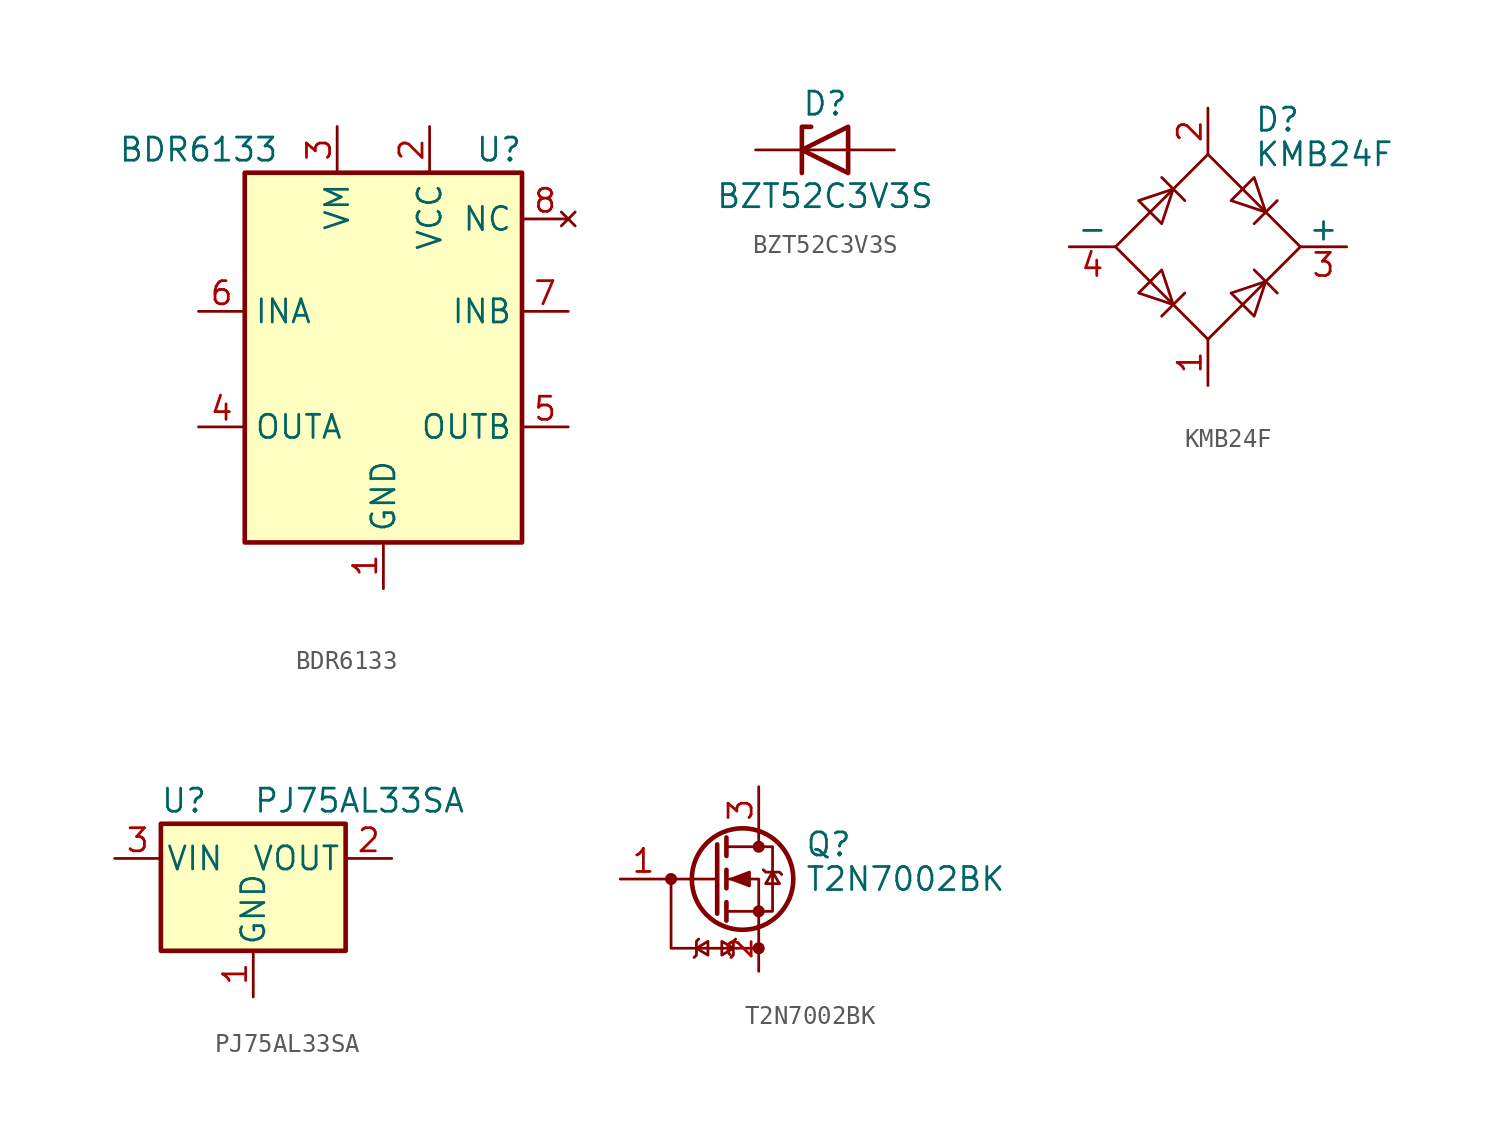
<source format=kicad_sym>
(kicad_symbol_lib
  (version 20211014)
  (generator kicad_symbol_editor)
  (symbol "BDR6133"
    (property "Reference" "U"
      (at 6.35 11.43 0)
      (effects (font (size 1.27 1.27))))
    (property "Value" "BDR6133"
      (at -10.16 11.43 0)
      (effects (font (size 1.27 1.27))))
    (symbol "BDR6133_0_1"
      (rectangle (start -7.62 10.16) (end 7.62 -10.16) (stroke (width 0.254) (type default) (color 0 0 0 0)) (fill (type background))))
    (symbol "BDR6133_1_1"
      (pin power_in line (at 0 -12.7 90) (length 2.54) (name "GND" (effects (font (size 1.27 1.27)))) (number "1" (effects (font (size 1.27 1.27)))))
      (pin power_in line (at 2.54 12.7 270) (length 2.54) (name "VCC" (effects (font (size 1.27 1.27)))) (number "2" (effects (font (size 1.27 1.27)))))
      (pin power_in line (at -2.54 12.7 270) (length 2.54) (name "VM" (effects (font (size 1.27 1.27)))) (number "3" (effects (font (size 1.27 1.27)))))
      (pin output line (at -10.16 -3.81 0) (length 2.54) (name "OUTA" (effects (font (size 1.27 1.27)))) (number "4" (effects (font (size 1.27 1.27)))))
      (pin output line (at 10.16 -3.81 180) (length 2.54) (name "OUTB" (effects (font (size 1.27 1.27)))) (number "5" (effects (font (size 1.27 1.27)))))
      (pin input line (at -10.16 2.54 0) (length 2.54) (name "INA" (effects (font (size 1.27 1.27)))) (number "6" (effects (font (size 1.27 1.27)))))
      (pin input line (at 10.16 2.54 180) (length 2.54) (name "INB" (effects (font (size 1.27 1.27)))) (number "7" (effects (font (size 1.27 1.27)))))
      (pin no_connect line (at 10.16 7.62 180) (length 2.54) (name "NC" (effects (font (size 1.27 1.27)))) (number "8" (effects (font (size 1.27 1.27)))))
      (pin passive line (at 0 -12.7 90) (length 2.54) hide (name "GND" (effects (font (size 1.27 1.27)))) (number "9" (effects (font (size 1.27 1.27)))))))
  (symbol "BZT52C3V3S"
    (pin_numbers hide)
    (pin_names
      (offset 1.016) hide)
    (property "Reference" "D"
      (at 0 2.54 0)
      (effects (font (size 1.27 1.27))))
    (property "Value" "BZT52C3V3S"
      (at 0 -2.54 0)
      (effects (font (size 1.27 1.27))))
    (symbol "BZT52C3V3S_0_1"
      (polyline (pts (xy 1.27 0) (xy -1.27 0)) (stroke (width 0) (type default) (color 0 0 0 0)) (fill (type none)))
      (polyline (pts (xy -1.27 -1.27) (xy -1.27 1.27) (xy -0.762 1.27)) (stroke (width 0.254) (type default) (color 0 0 0 0)) (fill (type none)))
      (polyline (pts (xy 1.27 -1.27) (xy 1.27 1.27) (xy -1.27 0) (xy 1.27 -1.27)) (stroke (width 0.254) (type default) (color 0 0 0 0)) (fill (type none))))
    (symbol "BZT52C3V3S_1_1"
      (pin passive line (at -3.81 0 0) (length 2.54) (name "K" (effects (font (size 1.27 1.27)))) (number "1" (effects (font (size 1.27 1.27)))))
      (pin passive line (at 3.81 0 180) (length 2.54) (name "A" (effects (font (size 1.27 1.27)))) (number "2" (effects (font (size 1.27 1.27)))))))
  (symbol "KMB24F"
    (pin_names
      (offset 0))
    (property "Reference" "D"
      (at 2.54 6.985 0)
      (effects (font (size 1.27 1.27)) (justify left)))
    (property "Value" "KMB24F"
      (at 2.54 5.08 0)
      (effects (font (size 1.27 1.27)) (justify left)))
    (symbol "KMB24F_0_1"
      (polyline (pts (xy -2.54 3.81) (xy -1.27 2.54)) (stroke (width 0) (type default) (color 0 0 0 0)) (fill (type none)))
      (polyline (pts (xy -1.27 -2.54) (xy -2.54 -3.81)) (stroke (width 0) (type default) (color 0 0 0 0)) (fill (type none)))
      (polyline (pts (xy 2.54 -1.27) (xy 3.81 -2.54)) (stroke (width 0) (type default) (color 0 0 0 0)) (fill (type none)))
      (polyline (pts (xy 2.54 1.27) (xy 3.81 2.54)) (stroke (width 0) (type default) (color 0 0 0 0)) (fill (type none)))
      (polyline (pts (xy -3.81 2.54) (xy -2.54 1.27) (xy -1.905 3.175) (xy -3.81 2.54)) (stroke (width 0) (type default) (color 0 0 0 0)) (fill (type none)))
      (polyline (pts (xy -2.54 -1.27) (xy -3.81 -2.54) (xy -1.905 -3.175) (xy -2.54 -1.27)) (stroke (width 0) (type default) (color 0 0 0 0)) (fill (type none)))
      (polyline (pts (xy 1.27 2.54) (xy 2.54 3.81) (xy 3.175 1.905) (xy 1.27 2.54)) (stroke (width 0) (type default) (color 0 0 0 0)) (fill (type none)))
      (polyline (pts (xy 3.175 -1.905) (xy 1.27 -2.54) (xy 2.54 -3.81) (xy 3.175 -1.905)) (stroke (width 0) (type default) (color 0 0 0 0)) (fill (type none)))
      (polyline (pts (xy -5.08 0) (xy 0 -5.08) (xy 5.08 0) (xy 0 5.08) (xy -5.08 0)) (stroke (width 0) (type default) (color 0 0 0 0)) (fill (type none))))
    (symbol "KMB24F_1_1"
      (pin power_in line (at 0 -7.62 90) (length 2.54) (name "~" (effects (font (size 1.27 1.27)))) (number "1" (effects (font (size 1.27 1.27)))))
      (pin power_in line (at 0 7.62 270) (length 2.54) (name "~" (effects (font (size 1.27 1.27)))) (number "2" (effects (font (size 1.27 1.27)))))
      (pin power_out line (at 7.62 0 180) (length 2.54) (name "+" (effects (font (size 1.27 1.27)))) (number "3" (effects (font (size 1.27 1.27)))))
      (pin power_out line (at -7.62 0 0) (length 2.54) (name "-" (effects (font (size 1.27 1.27)))) (number "4" (effects (font (size 1.27 1.27)))))))
  (symbol "PJ75AL33SA"
    (pin_names
      (offset 0.254))
    (property "Reference" "U"
      (at -3.81 3.175 0)
      (effects (font (size 1.27 1.27))))
    (property "Value" "PJ75AL33SA"
      (at 0 3.175 0)
      (effects (font (size 1.27 1.27)) (justify left)))
    (symbol "PJ75AL33SA_0_1"
      (rectangle (start -5.08 1.905) (end 5.08 -5.08) (stroke (width 0.254) (type default) (color 0 0 0 0)) (fill (type background))))
    (symbol "PJ75AL33SA_1_1"
      (pin power_in line (at 0 -7.62 90) (length 2.54) (name "GND" (effects (font (size 1.27 1.27)))) (number "1" (effects (font (size 1.27 1.27)))))
      (pin power_out line (at 7.62 0 180) (length 2.54) (name "VOUT" (effects (font (size 1.27 1.27)))) (number "2" (effects (font (size 1.27 1.27)))))
      (pin power_in line (at -7.62 0 0) (length 2.54) (name "VIN" (effects (font (size 1.27 1.27)))) (number "3" (effects (font (size 1.27 1.27)))))))
  (symbol "T2N7002BK"
    (pin_names
      (offset 0) hide)
    (property "Reference" "Q"
      (at 5.08 1.905 0)
      (effects (font (size 1.27 1.27)) (justify left)))
    (property "Value" "T2N7002BK"
      (at 5.08 0 0)
      (effects (font (size 1.27 1.27)) (justify left)))
    (symbol "T2N7002BK_0_1"
      (polyline (pts (xy 2.54 -3.81) (xy -2.286 -3.81) (xy -2.286 0)) (stroke (width 0) (type default) (color 0 0 0 0)) (fill (type none))))
    (symbol "T2N7002BK_1_1"
      (circle (center -2.286 0) (radius 0.254) (stroke (width 0) (type default) (color 0 0 0 0)) (fill (type outline)))
      (polyline (pts (xy 0.254 0) (xy -2.54 0)) (stroke (width 0) (type default) (color 0 0 0 0)) (fill (type none)))
      (polyline (pts (xy 0.254 1.905) (xy 0.254 -1.905)) (stroke (width 0.254) (type default) (color 0 0 0 0)) (fill (type none)))
      (polyline (pts (xy 0.762 -1.27) (xy 0.762 -2.286)) (stroke (width 0.254) (type default) (color 0 0 0 0)) (fill (type none)))
      (polyline (pts (xy 0.762 0.508) (xy 0.762 -0.508)) (stroke (width 0.254) (type default) (color 0 0 0 0)) (fill (type none)))
      (polyline (pts (xy 0.762 2.286) (xy 0.762 1.27)) (stroke (width 0.254) (type default) (color 0 0 0 0)) (fill (type none)))
      (polyline (pts (xy 2.54 2.54) (xy 2.54 1.778)) (stroke (width 0) (type default) (color 0 0 0 0)) (fill (type none)))
      (polyline (pts (xy 2.54 -2.54) (xy 2.54 0) (xy 0.762 0)) (stroke (width 0) (type default) (color 0 0 0 0)) (fill (type none)))
      (polyline (pts (xy -1.016 -4.318) (xy -0.889 -4.191) (xy -0.889 -3.429) (xy -0.762 -3.302)) (stroke (width 0) (type default) (color 0 0 0 0)) (fill (type none)))
      (polyline (pts (xy -0.889 -3.81) (xy -0.254 -4.191) (xy -0.254 -3.429) (xy -0.889 -3.81)) (stroke (width 0) (type default) (color 0 0 0 0)) (fill (type none)))
      (polyline (pts (xy 0.762 -1.778) (xy 3.302 -1.778) (xy 3.302 1.778) (xy 0.762 1.778)) (stroke (width 0) (type default) (color 0 0 0 0)) (fill (type none)))
      (polyline (pts (xy 1.016 0) (xy 2.032 0.381) (xy 2.032 -0.381) (xy 1.016 0)) (stroke (width 0) (type default) (color 0 0 0 0)) (fill (type outline)))
      (polyline (pts (xy 1.143 -3.81) (xy 0.508 -3.429) (xy 0.508 -4.191) (xy 1.143 -3.81)) (stroke (width 0) (type default) (color 0 0 0 0)) (fill (type none)))
      (polyline (pts (xy 1.27 -3.302) (xy 1.143 -3.429) (xy 1.143 -4.191) (xy 1.016 -4.318)) (stroke (width 0) (type default) (color 0 0 0 0)) (fill (type none)))
      (polyline (pts (xy 2.794 0.508) (xy 2.921 0.381) (xy 3.683 0.381) (xy 3.81 0.254)) (stroke (width 0) (type default) (color 0 0 0 0)) (fill (type none)))
      (polyline (pts (xy 3.302 0.381) (xy 2.921 -0.254) (xy 3.683 -0.254) (xy 3.302 0.381)) (stroke (width 0) (type default) (color 0 0 0 0)) (fill (type none)))
      (circle (center 1.651 0) (radius 2.794) (stroke (width 0.254) (type default) (color 0 0 0 0)) (fill (type none)))
      (circle (center 2.54 -3.81) (radius 0.254) (stroke (width 0) (type default) (color 0 0 0 0)) (fill (type outline)))
      (circle (center 2.54 -1.778) (radius 0.254) (stroke (width 0) (type default) (color 0 0 0 0)) (fill (type outline)))
      (circle (center 2.54 1.778) (radius 0.254) (stroke (width 0) (type default) (color 0 0 0 0)) (fill (type outline)))
      (pin input line (at -5.08 0 0) (length 2.54) (name "G" (effects (font (size 1.27 1.27)))) (number "1" (effects (font (size 1.27 1.27)))))
      (pin passive line (at 2.54 -5.08 90) (length 2.54) (name "S" (effects (font (size 1.27 1.27)))) (number "2" (effects (font (size 1.27 1.27)))))
      (pin passive line (at 2.54 5.08 270) (length 2.54) (name "D" (effects (font (size 1.27 1.27)))) (number "3" (effects (font (size 1.27 1.27))))))))
</source>
